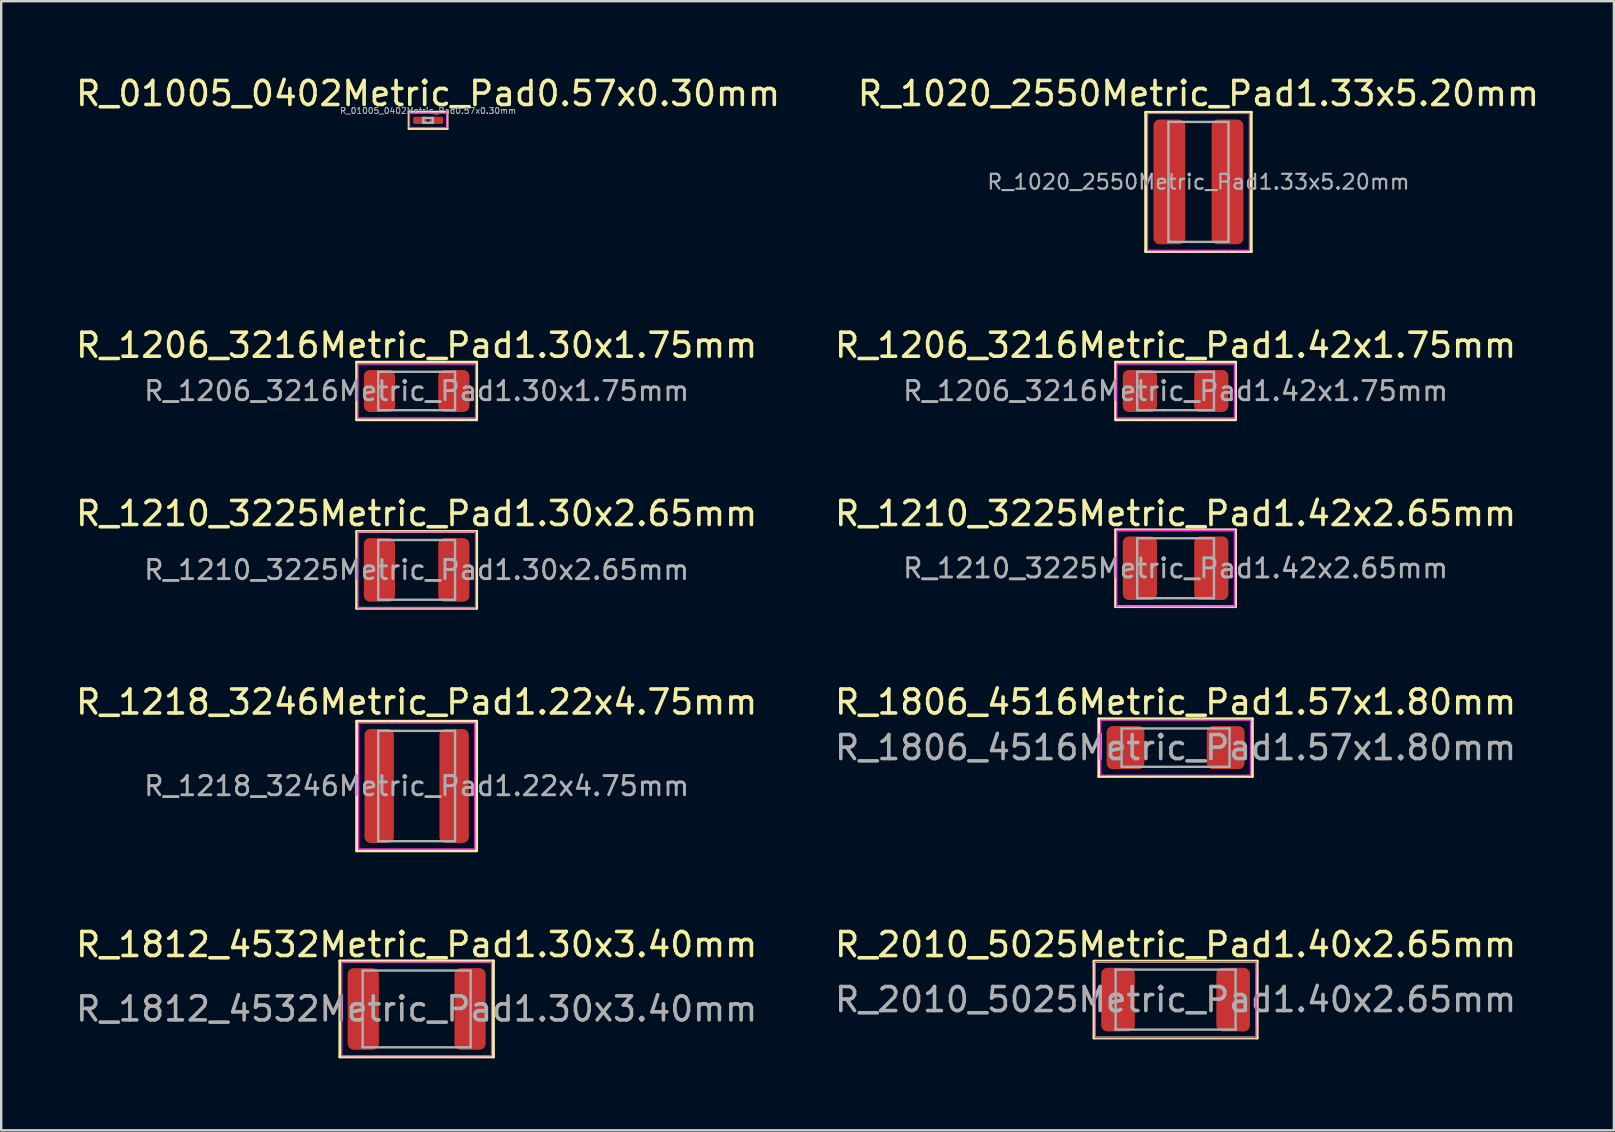
<source format=kicad_pcb>
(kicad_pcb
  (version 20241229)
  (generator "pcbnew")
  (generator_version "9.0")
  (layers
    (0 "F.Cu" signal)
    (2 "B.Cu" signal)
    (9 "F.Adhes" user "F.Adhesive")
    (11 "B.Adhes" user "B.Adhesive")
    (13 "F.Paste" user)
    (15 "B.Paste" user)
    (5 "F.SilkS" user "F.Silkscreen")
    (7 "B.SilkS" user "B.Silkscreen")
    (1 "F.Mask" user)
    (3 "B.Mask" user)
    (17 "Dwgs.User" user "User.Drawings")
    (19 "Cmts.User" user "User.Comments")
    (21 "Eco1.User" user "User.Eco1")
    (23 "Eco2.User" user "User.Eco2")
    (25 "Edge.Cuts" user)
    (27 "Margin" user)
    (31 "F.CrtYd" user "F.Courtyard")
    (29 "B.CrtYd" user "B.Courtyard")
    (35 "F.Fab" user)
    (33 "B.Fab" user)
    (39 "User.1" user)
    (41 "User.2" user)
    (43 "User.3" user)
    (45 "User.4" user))
  (footprint "R_2010_5025Metric_Pad1.40x2.65mm"
    (layer "F.Cu")
    (at 45.946 38.611)
    (property "Reference" "R_2010_5025Metric_Pad1.40x2.65mm" (at 0 -2.292 0) (layer "F.SilkS") (effects (font (size 1 1) (thickness 0.15))))
    (attr smd)
    (fp_line (start -3.4 -1.6) (end -3.4 1.6) (stroke (width 0.12) (type solid)) (layer "F.SilkS"))
    (fp_line (start -3.4 1.6) (end 3.4 1.6) (stroke (width 0.12) (type solid)) (layer "F.SilkS"))
    (fp_line (start 3.4 -1.6) (end -3.4 -1.6) (stroke (width 0.12) (type solid)) (layer "F.SilkS"))
    (fp_line (start 3.4 1.6) (end 3.4 -1.6) (stroke (width 0.12) (type solid)) (layer "F.SilkS"))
    (fp_line (start -3.35 -1.58) (end 3.35 -1.58) (stroke (width 0.05) (type solid)) (layer "F.CrtYd"))
    (fp_line (start -3.35 1.58) (end -3.35 -1.58) (stroke (width 0.05) (type solid)) (layer "F.CrtYd"))
    (fp_line (start 3.35 -1.58) (end 3.35 1.58) (stroke (width 0.05) (type solid)) (layer "F.CrtYd"))
    (fp_line (start 3.35 1.58) (end -3.35 1.58) (stroke (width 0.05) (type solid)) (layer "F.CrtYd"))
    (fp_line (start -2.5 -1.25) (end 2.5 -1.25) (stroke (width 0.1) (type solid)) (layer "F.Fab"))
    (fp_line (start -2.5 1.25) (end -2.5 -1.25) (stroke (width 0.1) (type solid)) (layer "F.Fab"))
    (fp_line (start 2.5 -1.25) (end 2.5 1.25) (stroke (width 0.1) (type solid)) (layer "F.Fab"))
    (fp_line (start 2.5 1.25) (end -2.5 1.25) (stroke (width 0.1) (type solid)) (layer "F.Fab"))
    (fp_text user "${REFERENCE}" (at 0 0 0) (layer "F.Fab") (effects (font (size 1 1) (thickness 0.15))))
    (pad "1" smd roundrect (at -2.4 0) (size 1.4 2.65) (layers "F.Cu" "F.Mask" "F.Paste") (roundrect_rratio 0.179))
    (pad "2" smd roundrect (at 2.4 0) (size 1.4 2.65) (layers "F.Cu" "F.Mask" "F.Paste") (roundrect_rratio 0.179)))
  (footprint "R_1812_4532Metric_Pad1.30x3.40mm"
    (layer "F.Cu")
    (at 14.315 39)
    (property "Reference" "R_1812_4532Metric_Pad1.30x3.40mm" (at 0 -2.682 0) (layer "F.SilkS") (effects (font (size 1 1) (thickness 0.15))))
    (attr smd)
    (fp_line (start -3.2 -2) (end -3.2 2) (stroke (width 0.12) (type solid)) (layer "F.SilkS"))
    (fp_line (start -3.2 2) (end 3.2 2) (stroke (width 0.12) (type solid)) (layer "F.SilkS"))
    (fp_line (start 3.2 -2) (end -3.2 -2) (stroke (width 0.12) (type solid)) (layer "F.SilkS"))
    (fp_line (start 3.2 2) (end 3.2 -2) (stroke (width 0.12) (type solid)) (layer "F.SilkS"))
    (fp_line (start -3.12 -1.95) (end 3.12 -1.95) (stroke (width 0.05) (type solid)) (layer "F.CrtYd"))
    (fp_line (start -3.12 1.95) (end -3.12 -1.95) (stroke (width 0.05) (type solid)) (layer "F.CrtYd"))
    (fp_line (start 3.12 -1.95) (end 3.12 1.95) (stroke (width 0.05) (type solid)) (layer "F.CrtYd"))
    (fp_line (start 3.12 1.95) (end -3.12 1.95) (stroke (width 0.05) (type solid)) (layer "F.CrtYd"))
    (fp_line (start -2.25 -1.6) (end 2.25 -1.6) (stroke (width 0.1) (type solid)) (layer "F.Fab"))
    (fp_line (start -2.25 1.6) (end -2.25 -1.6) (stroke (width 0.1) (type solid)) (layer "F.Fab"))
    (fp_line (start 2.25 -1.6) (end 2.25 1.6) (stroke (width 0.1) (type solid)) (layer "F.Fab"))
    (fp_line (start 2.25 1.6) (end -2.25 1.6) (stroke (width 0.1) (type solid)) (layer "F.Fab"))
    (fp_text user "${REFERENCE}" (at 0 0 0) (layer "F.Fab") (effects (font (size 1 1) (thickness 0.15))))
    (pad "1" smd roundrect (at -2.225 0) (size 1.3 3.4) (layers "F.Cu" "F.Mask" "F.Paste") (roundrect_rratio 0.192))
    (pad "2" smd roundrect (at 2.225 0) (size 1.3 3.4) (layers "F.Cu" "F.Mask" "F.Paste") (roundrect_rratio 0.192)))
  (footprint "R_01005_0402Metric_Pad0.57x0.30mm"
    (layer "F.Cu")
    (at 14.792 1.966)
    (property "Reference" "R_01005_0402Metric_Pad0.57x0.30mm" (at 0 -1.118 0) (layer "F.SilkS") (effects (font (size 1 1) (thickness 0.15))))
    (attr smd)
    (fp_line (start -0.8 -0.35) (end -0.8 0.35) (stroke (width 0.1) (type solid)) (layer "F.SilkS"))
    (fp_line (start -0.8 0.35) (end 0.8 0.35) (stroke (width 0.1) (type solid)) (layer "F.SilkS"))
    (fp_line (start 0.8 -0.35) (end -0.8 -0.35) (stroke (width 0.1) (type solid)) (layer "F.SilkS"))
    (fp_line (start 0.8 0.35) (end 0.8 -0.35) (stroke (width 0.1) (type solid)) (layer "F.SilkS"))
    (fp_line (start -0.78 -0.3) (end 0.78 -0.3) (stroke (width 0.05) (type solid)) (layer "F.CrtYd"))
    (fp_line (start -0.78 0.3) (end -0.78 -0.3) (stroke (width 0.05) (type solid)) (layer "F.CrtYd"))
    (fp_line (start 0.78 -0.3) (end 0.78 0.3) (stroke (width 0.05) (type solid)) (layer "F.CrtYd"))
    (fp_line (start 0.78 0.3) (end -0.78 0.3) (stroke (width 0.05) (type solid)) (layer "F.CrtYd"))
    (fp_line (start -0.2 -0.1) (end 0.2 -0.1) (stroke (width 0.1) (type solid)) (layer "F.Fab"))
    (fp_line (start -0.2 0.1) (end -0.2 -0.1) (stroke (width 0.1) (type solid)) (layer "F.Fab"))
    (fp_line (start 0.2 -0.1) (end 0.2 0.1) (stroke (width 0.1) (type solid)) (layer "F.Fab"))
    (fp_line (start 0.2 0.1) (end -0.2 0.1) (stroke (width 0.1) (type solid)) (layer "F.Fab"))
    (fp_text user "${REFERENCE}" (at 0 -0.4 0) (layer "F.Fab") (effects (font (size 0.25 0.25) (thickness 0.04))))
    (pad "" smd roundrect (at -0.362 0) (size 0.41 0.27) (layers "F.Paste") (roundrect_rratio 0.25))
    (pad "" smd roundrect (at 0.362 0) (size 0.41 0.27) (layers "F.Paste") (roundrect_rratio 0.25))
    (pad "1" smd roundrect (at -0.338 0) (size 0.575 0.3) (layers "F.Cu" "F.Mask") (roundrect_rratio 0.25))
    (pad "2" smd roundrect (at 0.338 0) (size 0.575 0.3) (layers "F.Cu" "F.Mask") (roundrect_rratio 0.25)))
  (footprint "R_1206_3216Metric_Pad1.30x1.75mm"
    (layer "F.Cu")
    (at 14.315 13.245)
    (property "Reference" "R_1206_3216Metric_Pad1.30x1.75mm" (at 0 -1.905 0) (layer "F.SilkS") (effects (font (size 1 1) (thickness 0.15))))
    (attr smd)
    (fp_line (start -2.5 -1.2) (end -2.5 1.2) (stroke (width 0.12) (type solid)) (layer "F.SilkS"))
    (fp_line (start -2.5 1.2) (end 2.5 1.2) (stroke (width 0.12) (type solid)) (layer "F.SilkS"))
    (fp_line (start 2.5 -1.2) (end -2.5 -1.2) (stroke (width 0.12) (type solid)) (layer "F.SilkS"))
    (fp_line (start 2.5 1.2) (end 2.5 -1.2) (stroke (width 0.12) (type solid)) (layer "F.SilkS"))
    (fp_line (start -2.45 -1.12) (end 2.45 -1.12) (stroke (width 0.05) (type solid)) (layer "F.CrtYd"))
    (fp_line (start -2.45 1.12) (end -2.45 -1.12) (stroke (width 0.05) (type solid)) (layer "F.CrtYd"))
    (fp_line (start 2.45 -1.12) (end 2.45 1.12) (stroke (width 0.05) (type solid)) (layer "F.CrtYd"))
    (fp_line (start 2.45 1.12) (end -2.45 1.12) (stroke (width 0.05) (type solid)) (layer "F.CrtYd"))
    (fp_line (start -1.6 -0.8) (end 1.6 -0.8) (stroke (width 0.1) (type solid)) (layer "F.Fab"))
    (fp_line (start -1.6 0.8) (end -1.6 -0.8) (stroke (width 0.1) (type solid)) (layer "F.Fab"))
    (fp_line (start 1.6 -0.8) (end 1.6 0.8) (stroke (width 0.1) (type solid)) (layer "F.Fab"))
    (fp_line (start 1.6 0.8) (end -1.6 0.8) (stroke (width 0.1) (type solid)) (layer "F.Fab"))
    (fp_text user "${REFERENCE}" (at 0 0 0) (layer "F.Fab") (effects (font (size 0.8 0.8) (thickness 0.12))))
    (pad "1" smd roundrect (at -1.55 0) (size 1.3 1.75) (layers "F.Cu" "F.Mask" "F.Paste") (roundrect_rratio 0.192))
    (pad "2" smd roundrect (at 1.55 0) (size 1.3 1.75) (layers "F.Cu" "F.Mask" "F.Paste") (roundrect_rratio 0.192)))
  (footprint "R_1210_3225Metric_Pad1.42x2.65mm"
    (layer "F.Cu")
    (at 45.946 20.633)
    (property "Reference" "R_1210_3225Metric_Pad1.42x2.65mm" (at 0 -2.28 0) (layer "F.SilkS") (effects (font (size 1 1) (thickness 0.15))))
    (attr smd)
    (fp_line (start -2.5 -1.6) (end -2.5 1.6) (stroke (width 0.12) (type solid)) (layer "F.SilkS"))
    (fp_line (start -2.5 1.6) (end 2.5 1.6) (stroke (width 0.12) (type solid)) (layer "F.SilkS"))
    (fp_line (start 2.5 -1.6) (end -2.5 -1.6) (stroke (width 0.12) (type solid)) (layer "F.SilkS"))
    (fp_line (start 2.5 1.6) (end 2.5 -1.6) (stroke (width 0.12) (type solid)) (layer "F.SilkS"))
    (fp_line (start -2.45 -1.58) (end 2.45 -1.58) (stroke (width 0.05) (type solid)) (layer "F.CrtYd"))
    (fp_line (start -2.45 1.58) (end -2.45 -1.58) (stroke (width 0.05) (type solid)) (layer "F.CrtYd"))
    (fp_line (start 2.45 -1.58) (end 2.45 1.58) (stroke (width 0.05) (type solid)) (layer "F.CrtYd"))
    (fp_line (start 2.45 1.58) (end -2.45 1.58) (stroke (width 0.05) (type solid)) (layer "F.CrtYd"))
    (fp_line (start -1.6 -1.25) (end 1.6 -1.25) (stroke (width 0.1) (type solid)) (layer "F.Fab"))
    (fp_line (start -1.6 1.25) (end -1.6 -1.25) (stroke (width 0.1) (type solid)) (layer "F.Fab"))
    (fp_line (start 1.6 -1.25) (end 1.6 1.25) (stroke (width 0.1) (type solid)) (layer "F.Fab"))
    (fp_line (start 1.6 1.25) (end -1.6 1.25) (stroke (width 0.1) (type solid)) (layer "F.Fab"))
    (fp_text user "${REFERENCE}" (at 0 0 0) (layer "F.Fab") (effects (font (size 0.8 0.8) (thickness 0.12))))
    (pad "1" smd roundrect (at -1.488 0) (size 1.425 2.65) (layers "F.Cu" "F.Mask" "F.Paste") (roundrect_rratio 0.175))
    (pad "2" smd roundrect (at 1.488 0) (size 1.425 2.65) (layers "F.Cu" "F.Mask" "F.Paste") (roundrect_rratio 0.175)))
  (footprint "R_1020_2550Metric_Pad1.33x5.20mm"
    (layer "F.Cu")
    (at 46.899 4.531)
    (property "Reference" "R_1020_2550Metric_Pad1.33x5.20mm" (at 0 -3.683 0) (layer "F.SilkS") (effects (font (size 1 1) (thickness 0.15))))
    (attr smd)
    (fp_line (start -2.2 -2.9) (end -2.2 2.9) (stroke (width 0.12) (type solid)) (layer "F.SilkS"))
    (fp_line (start -2.2 2.9) (end 2.2 2.9) (stroke (width 0.12) (type solid)) (layer "F.SilkS"))
    (fp_line (start 2.2 -2.9) (end -2.2 -2.9) (stroke (width 0.12) (type solid)) (layer "F.SilkS"))
    (fp_line (start 2.2 2.9) (end 2.2 -2.9) (stroke (width 0.12) (type solid)) (layer "F.SilkS"))
    (fp_line (start -2.12 -2.85) (end 2.12 -2.85) (stroke (width 0.05) (type solid)) (layer "F.CrtYd"))
    (fp_line (start -2.12 2.85) (end -2.12 -2.85) (stroke (width 0.05) (type solid)) (layer "F.CrtYd"))
    (fp_line (start 2.12 -2.85) (end 2.12 2.85) (stroke (width 0.05) (type solid)) (layer "F.CrtYd"))
    (fp_line (start 2.12 2.85) (end -2.12 2.85) (stroke (width 0.05) (type solid)) (layer "F.CrtYd"))
    (fp_line (start -1.25 -2.5) (end 1.25 -2.5) (stroke (width 0.1) (type solid)) (layer "F.Fab"))
    (fp_line (start -1.25 2.5) (end -1.25 -2.5) (stroke (width 0.1) (type solid)) (layer "F.Fab"))
    (fp_line (start 1.25 -2.5) (end 1.25 2.5) (stroke (width 0.1) (type solid)) (layer "F.Fab"))
    (fp_line (start 1.25 2.5) (end -1.25 2.5) (stroke (width 0.1) (type solid)) (layer "F.Fab"))
    (fp_text user "${REFERENCE}" (at 0 0 0) (layer "F.Fab") (effects (font (size 0.62 0.62) (thickness 0.09))))
    (pad "1" smd roundrect (at -1.212 0) (size 1.325 5.2) (layers "F.Cu" "F.Mask" "F.Paste") (roundrect_rratio 0.189))
    (pad "2" smd roundrect (at 1.212 0) (size 1.325 5.2) (layers "F.Cu" "F.Mask" "F.Paste") (roundrect_rratio 0.189)))
  (footprint "R_1806_4516Metric_Pad1.57x1.80mm"
    (layer "F.Cu")
    (at 45.946 28.11)
    (property "Reference" "R_1806_4516Metric_Pad1.57x1.80mm" (at 0 -1.9 0) (layer "F.SilkS") (effects (font (size 1 1) (thickness 0.15))))
    (attr smd)
    (fp_line (start -3.2 -1.2) (end -3.2 1.2) (stroke (width 0.12) (type solid)) (layer "F.SilkS"))
    (fp_line (start -3.2 1.2) (end 3.2 1.2) (stroke (width 0.12) (type solid)) (layer "F.SilkS"))
    (fp_line (start 3.2 -1.2) (end -3.2 -1.2) (stroke (width 0.12) (type solid)) (layer "F.SilkS"))
    (fp_line (start 3.2 1.2) (end 3.2 -1.2) (stroke (width 0.12) (type solid)) (layer "F.SilkS"))
    (fp_line (start -3.12 -1.15) (end 3.12 -1.15) (stroke (width 0.05) (type solid)) (layer "F.CrtYd"))
    (fp_line (start -3.12 1.15) (end -3.12 -1.15) (stroke (width 0.05) (type solid)) (layer "F.CrtYd"))
    (fp_line (start 3.12 -1.15) (end 3.12 1.15) (stroke (width 0.05) (type solid)) (layer "F.CrtYd"))
    (fp_line (start 3.12 1.15) (end -3.12 1.15) (stroke (width 0.05) (type solid)) (layer "F.CrtYd"))
    (fp_line (start -2.25 -0.8) (end 2.25 -0.8) (stroke (width 0.1) (type solid)) (layer "F.Fab"))
    (fp_line (start -2.25 0.8) (end -2.25 -0.8) (stroke (width 0.1) (type solid)) (layer "F.Fab"))
    (fp_line (start 2.25 -0.8) (end 2.25 0.8) (stroke (width 0.1) (type solid)) (layer "F.Fab"))
    (fp_line (start 2.25 0.8) (end -2.25 0.8) (stroke (width 0.1) (type solid)) (layer "F.Fab"))
    (fp_text user "${REFERENCE}" (at 0 0 0) (layer "F.Fab") (effects (font (size 1 1) (thickness 0.15))))
    (pad "1" smd roundrect (at -2.087 0) (size 1.575 1.8) (layers "F.Cu" "F.Mask" "F.Paste") (roundrect_rratio 0.159))
    (pad "2" smd roundrect (at 2.087 0) (size 1.575 1.8) (layers "F.Cu" "F.Mask" "F.Paste") (roundrect_rratio 0.159)))
  (footprint "R_1206_3216Metric_Pad1.42x1.75mm"
    (layer "F.Cu")
    (at 45.946 13.245)
    (property "Reference" "R_1206_3216Metric_Pad1.42x1.75mm" (at 0 -1.905 0) (layer "F.SilkS") (effects (font (size 1 1) (thickness 0.15))))
    (attr smd)
    (fp_line (start -2.5 -1.2) (end -2.5 1.2) (stroke (width 0.12) (type solid)) (layer "F.SilkS"))
    (fp_line (start -2.5 1.2) (end 2.5 1.2) (stroke (width 0.12) (type solid)) (layer "F.SilkS"))
    (fp_line (start 2.5 -1.2) (end -2.5 -1.2) (stroke (width 0.12) (type solid)) (layer "F.SilkS"))
    (fp_line (start 2.5 1.2) (end 2.5 -1.2) (stroke (width 0.12) (type solid)) (layer "F.SilkS"))
    (fp_line (start -2.45 -1.12) (end 2.45 -1.12) (stroke (width 0.05) (type solid)) (layer "F.CrtYd"))
    (fp_line (start -2.45 1.12) (end -2.45 -1.12) (stroke (width 0.05) (type solid)) (layer "F.CrtYd"))
    (fp_line (start 2.45 -1.12) (end 2.45 1.12) (stroke (width 0.05) (type solid)) (layer "F.CrtYd"))
    (fp_line (start 2.45 1.12) (end -2.45 1.12) (stroke (width 0.05) (type solid)) (layer "F.CrtYd"))
    (fp_line (start -1.6 -0.8) (end 1.6 -0.8) (stroke (width 0.1) (type solid)) (layer "F.Fab"))
    (fp_line (start -1.6 0.8) (end -1.6 -0.8) (stroke (width 0.1) (type solid)) (layer "F.Fab"))
    (fp_line (start 1.6 -0.8) (end 1.6 0.8) (stroke (width 0.1) (type solid)) (layer "F.Fab"))
    (fp_line (start 1.6 0.8) (end -1.6 0.8) (stroke (width 0.1) (type solid)) (layer "F.Fab"))
    (fp_text user "${REFERENCE}" (at 0 0 0) (layer "F.Fab") (effects (font (size 0.8 0.8) (thickness 0.12))))
    (pad "1" smd roundrect (at -1.488 0) (size 1.425 1.75) (layers "F.Cu" "F.Mask" "F.Paste") (roundrect_rratio 0.175))
    (pad "2" smd roundrect (at 1.488 0) (size 1.425 1.75) (layers "F.Cu" "F.Mask" "F.Paste") (roundrect_rratio 0.175)))
  (footprint "R_1218_3246Metric_Pad1.22x4.75mm"
    (layer "F.Cu")
    (at 14.315 29.71)
    (property "Reference" "R_1218_3246Metric_Pad1.22x4.75mm" (at 0 -3.5 0) (layer "F.SilkS") (effects (font (size 1 1) (thickness 0.15))))
    (attr smd)
    (fp_line (start -2.5 -2.7) (end -2.5 2.7) (stroke (width 0.12) (type solid)) (layer "F.SilkS"))
    (fp_line (start -2.5 2.7) (end 2.5 2.7) (stroke (width 0.12) (type solid)) (layer "F.SilkS"))
    (fp_line (start 2.5 -2.7) (end -2.5 -2.7) (stroke (width 0.12) (type solid)) (layer "F.SilkS"))
    (fp_line (start 2.5 2.7) (end 2.5 -2.7) (stroke (width 0.12) (type solid)) (layer "F.SilkS"))
    (fp_line (start -2.42 -2.62) (end 2.42 -2.62) (stroke (width 0.05) (type solid)) (layer "F.CrtYd"))
    (fp_line (start -2.42 2.62) (end -2.42 -2.62) (stroke (width 0.05) (type solid)) (layer "F.CrtYd"))
    (fp_line (start 2.42 -2.62) (end 2.42 2.62) (stroke (width 0.05) (type solid)) (layer "F.CrtYd"))
    (fp_line (start 2.42 2.62) (end -2.42 2.62) (stroke (width 0.05) (type solid)) (layer "F.CrtYd"))
    (fp_line (start -1.6 -2.3) (end 1.6 -2.3) (stroke (width 0.1) (type solid)) (layer "F.Fab"))
    (fp_line (start -1.6 2.3) (end -1.6 -2.3) (stroke (width 0.1) (type solid)) (layer "F.Fab"))
    (fp_line (start 1.6 -2.3) (end 1.6 2.3) (stroke (width 0.1) (type solid)) (layer "F.Fab"))
    (fp_line (start 1.6 2.3) (end -1.6 2.3) (stroke (width 0.1) (type solid)) (layer "F.Fab"))
    (fp_text user "${REFERENCE}" (at 0 0 0) (layer "F.Fab") (effects (font (size 0.8 0.8) (thickness 0.12))))
    (pad "1" smd roundrect (at -1.562 0) (size 1.225 4.75) (layers "F.Cu" "F.Mask" "F.Paste") (roundrect_rratio 0.204))
    (pad "2" smd roundrect (at 1.562 0) (size 1.225 4.75) (layers "F.Cu" "F.Mask" "F.Paste") (roundrect_rratio 0.204)))
  (footprint "R_1210_3225Metric_Pad1.30x2.65mm"
    (layer "F.Cu")
    (at 14.315 20.702)
    (property "Reference" "R_1210_3225Metric_Pad1.30x2.65mm" (at 0 -2.349 0) (layer "F.SilkS") (effects (font (size 1 1) (thickness 0.15))))
    (attr smd)
    (fp_line (start -2.5 -1.6) (end -2.5 1.6) (stroke (width 0.12) (type solid)) (layer "F.SilkS"))
    (fp_line (start -2.5 1.6) (end 2.5 1.6) (stroke (width 0.12) (type solid)) (layer "F.SilkS"))
    (fp_line (start 2.5 -1.6) (end -2.5 -1.6) (stroke (width 0.12) (type solid)) (layer "F.SilkS"))
    (fp_line (start 2.5 1.6) (end 2.5 -1.6) (stroke (width 0.12) (type solid)) (layer "F.SilkS"))
    (fp_line (start -2.45 -1.58) (end 2.45 -1.58) (stroke (width 0.05) (type solid)) (layer "F.CrtYd"))
    (fp_line (start -2.45 1.58) (end -2.45 -1.58) (stroke (width 0.05) (type solid)) (layer "F.CrtYd"))
    (fp_line (start 2.45 -1.58) (end 2.45 1.58) (stroke (width 0.05) (type solid)) (layer "F.CrtYd"))
    (fp_line (start 2.45 1.58) (end -2.45 1.58) (stroke (width 0.05) (type solid)) (layer "F.CrtYd"))
    (fp_line (start -1.6 -1.245) (end 1.6 -1.245) (stroke (width 0.1) (type solid)) (layer "F.Fab"))
    (fp_line (start -1.6 1.245) (end -1.6 -1.245) (stroke (width 0.1) (type solid)) (layer "F.Fab"))
    (fp_line (start 1.6 -1.245) (end 1.6 1.245) (stroke (width 0.1) (type solid)) (layer "F.Fab"))
    (fp_line (start 1.6 1.245) (end -1.6 1.245) (stroke (width 0.1) (type solid)) (layer "F.Fab"))
    (fp_text user "${REFERENCE}" (at 0 0 0) (layer "F.Fab") (effects (font (size 0.8 0.8) (thickness 0.12))))
    (pad "1" smd roundrect (at -1.55 0) (size 1.3 2.65) (layers "F.Cu" "F.Mask" "F.Paste") (roundrect_rratio 0.192))
    (pad "2" smd roundrect (at 1.55 0) (size 1.3 2.65) (layers "F.Cu" "F.Mask" "F.Paste") (roundrect_rratio 0.192)))
  (gr_rect
    (start -3 -3)
    (end 64.214 44.06)
    (stroke (width 0.1) (type default))
    (fill no)
    (layer "Edge.Cuts")))
</source>
